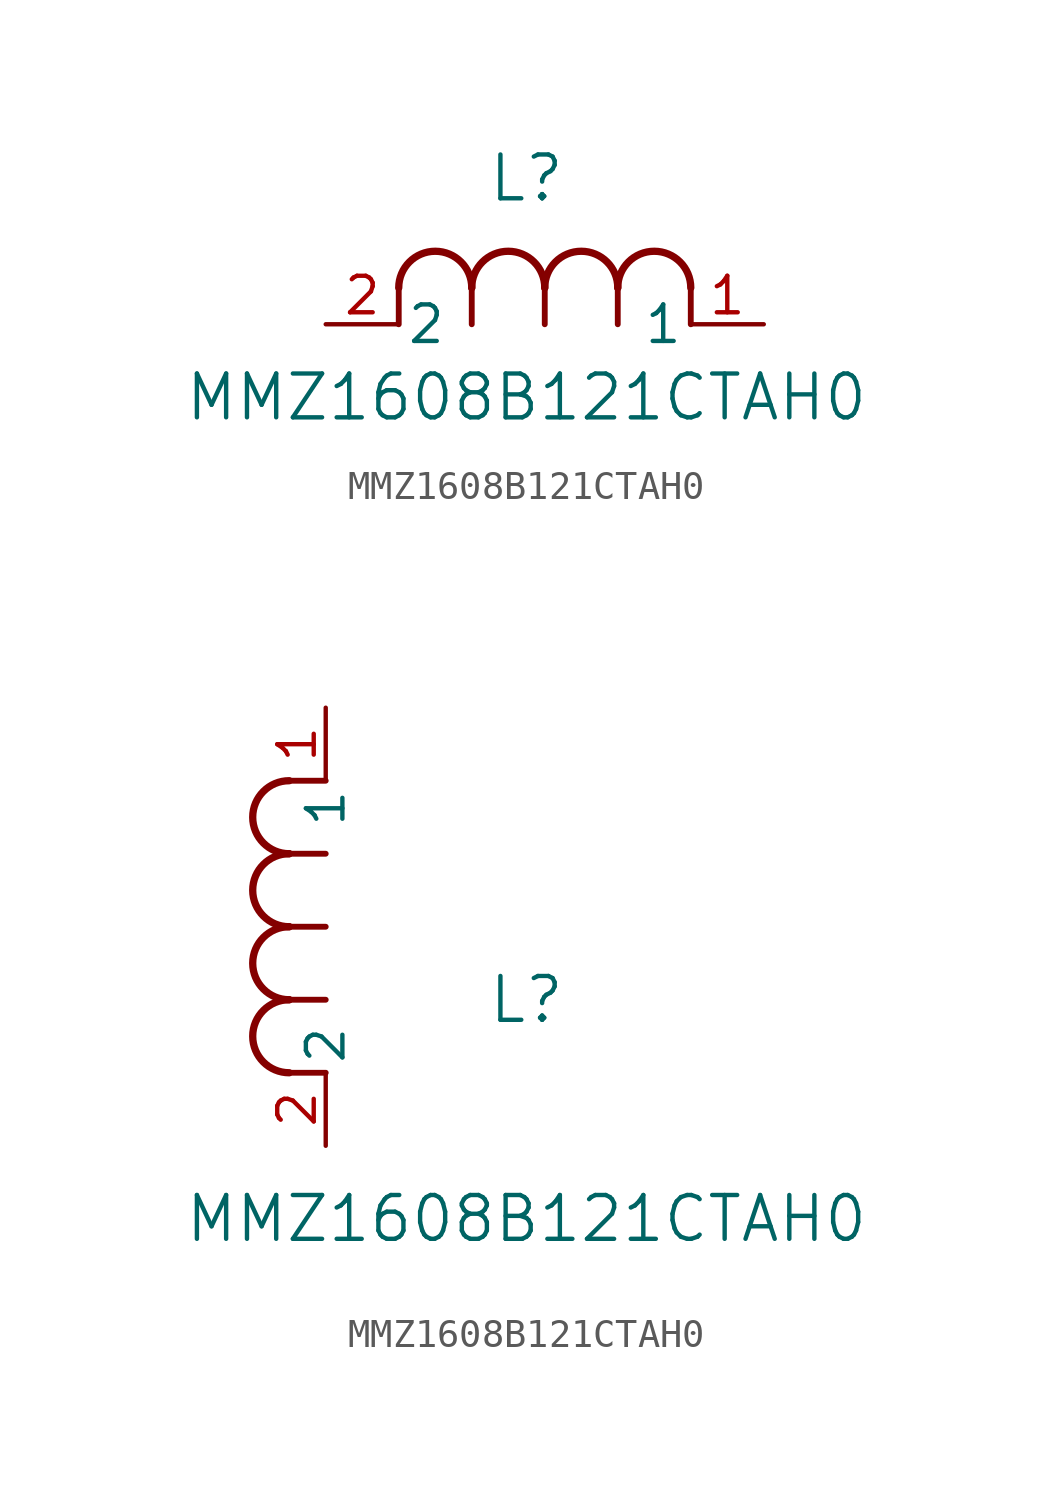
<source format=kicad_sym>
(kicad_symbol_lib
  (version 20211014)
  (generator kicad_symbol_editor)
  (symbol "MMZ1608B121CTAH0"
    (pin_names
      (offset 0.254))
    (property "Reference" "L"
      (at 6.985 5.08 0)
      (effects (font (size 1.524 1.524))))
    (property "Value" "MMZ1608B121CTAH0"
      (at 6.985 -2.54 0)
      (effects (font (size 1.524 1.524))))
    (symbol "MMZ1608B121CTAH0_1_1"
      (arc (start 7.62 1.27) (mid 6.35 2.54) (end 5.08 1.27) (stroke (width 0.254) (type default) (color 0 0 0 0)) (fill (type none)))
      (polyline (pts (xy 5.08 0) (xy 5.08 1.27)) (stroke (width 0.203) (type default) (color 0 0 0 0)) (fill (type none)))
      (polyline (pts (xy 7.62 0) (xy 7.62 1.27)) (stroke (width 0.203) (type default) (color 0 0 0 0)) (fill (type none)))
      (polyline (pts (xy 12.7 0) (xy 12.7 1.27)) (stroke (width 0.203) (type default) (color 0 0 0 0)) (fill (type none)))
      (arc (start 5.08 1.27) (mid 3.81 2.54) (end 2.54 1.27) (stroke (width 0.254) (type default) (color 0 0 0 0)) (fill (type none)))
      (arc (start 10.16 1.27) (mid 8.89 2.54) (end 7.62 1.27) (stroke (width 0.254) (type default) (color 0 0 0 0)) (fill (type none)))
      (arc (start 12.7 1.27) (mid 11.43 2.54) (end 10.16 1.27) (stroke (width 0.254) (type default) (color 0 0 0 0)) (fill (type none)))
      (polyline (pts (xy 2.54 0) (xy 2.54 1.27)) (stroke (width 0.203) (type default) (color 0 0 0 0)) (fill (type none)))
      (polyline (pts (xy 10.16 0) (xy 10.16 1.27)) (stroke (width 0.203) (type default) (color 0 0 0 0)) (fill (type none)))
      (pin unspecified line (at 0 0 0) (length 2.54) (name "2" (effects (font (size 1.27 1.27)))) (number "2" (effects (font (size 1.27 1.27)))))
      (pin unspecified line (at 15.24 0 180) (length 2.54) (name "1" (effects (font (size 1.27 1.27)))) (number "1" (effects (font (size 1.27 1.27))))))
    (symbol "MMZ1608B121CTAH0_1_2"
      (arc (start -1.27 7.62) (mid -2.54 6.35) (end -1.27 5.08) (stroke (width 0.254) (type default) (color 0 0 0 0)) (fill (type none)))
      (arc (start -1.27 5.08) (mid -2.54 3.81) (end -1.27 2.54) (stroke (width 0.254) (type default) (color 0 0 0 0)) (fill (type none)))
      (arc (start -1.27 12.7) (mid -2.54 11.43) (end -1.27 10.16) (stroke (width 0.254) (type default) (color 0 0 0 0)) (fill (type none)))
      (arc (start -1.27 10.16) (mid -2.54 8.89) (end -1.27 7.62) (stroke (width 0.254) (type default) (color 0 0 0 0)) (fill (type none)))
      (polyline (pts (xy 0 7.62) (xy -1.27 7.62)) (stroke (width 0.203) (type default) (color 0 0 0 0)) (fill (type none)))
      (polyline (pts (xy 0 5.08) (xy -1.27 5.08)) (stroke (width 0.203) (type default) (color 0 0 0 0)) (fill (type none)))
      (polyline (pts (xy 0 12.7) (xy -1.27 12.7)) (stroke (width 0.203) (type default) (color 0 0 0 0)) (fill (type none)))
      (polyline (pts (xy 0 2.54) (xy -1.27 2.54)) (stroke (width 0.203) (type default) (color 0 0 0 0)) (fill (type none)))
      (polyline (pts (xy 0 10.16) (xy -1.27 10.16)) (stroke (width 0.203) (type default) (color 0 0 0 0)) (fill (type none)))
      (pin unspecified line (at 0 0 90) (length 2.54) (name "2" (effects (font (size 1.27 1.27)))) (number "2" (effects (font (size 1.27 1.27)))))
      (pin unspecified line (at 0 15.24 270) (length 2.54) (name "1" (effects (font (size 1.27 1.27)))) (number "1" (effects (font (size 1.27 1.27))))))))
</source>
